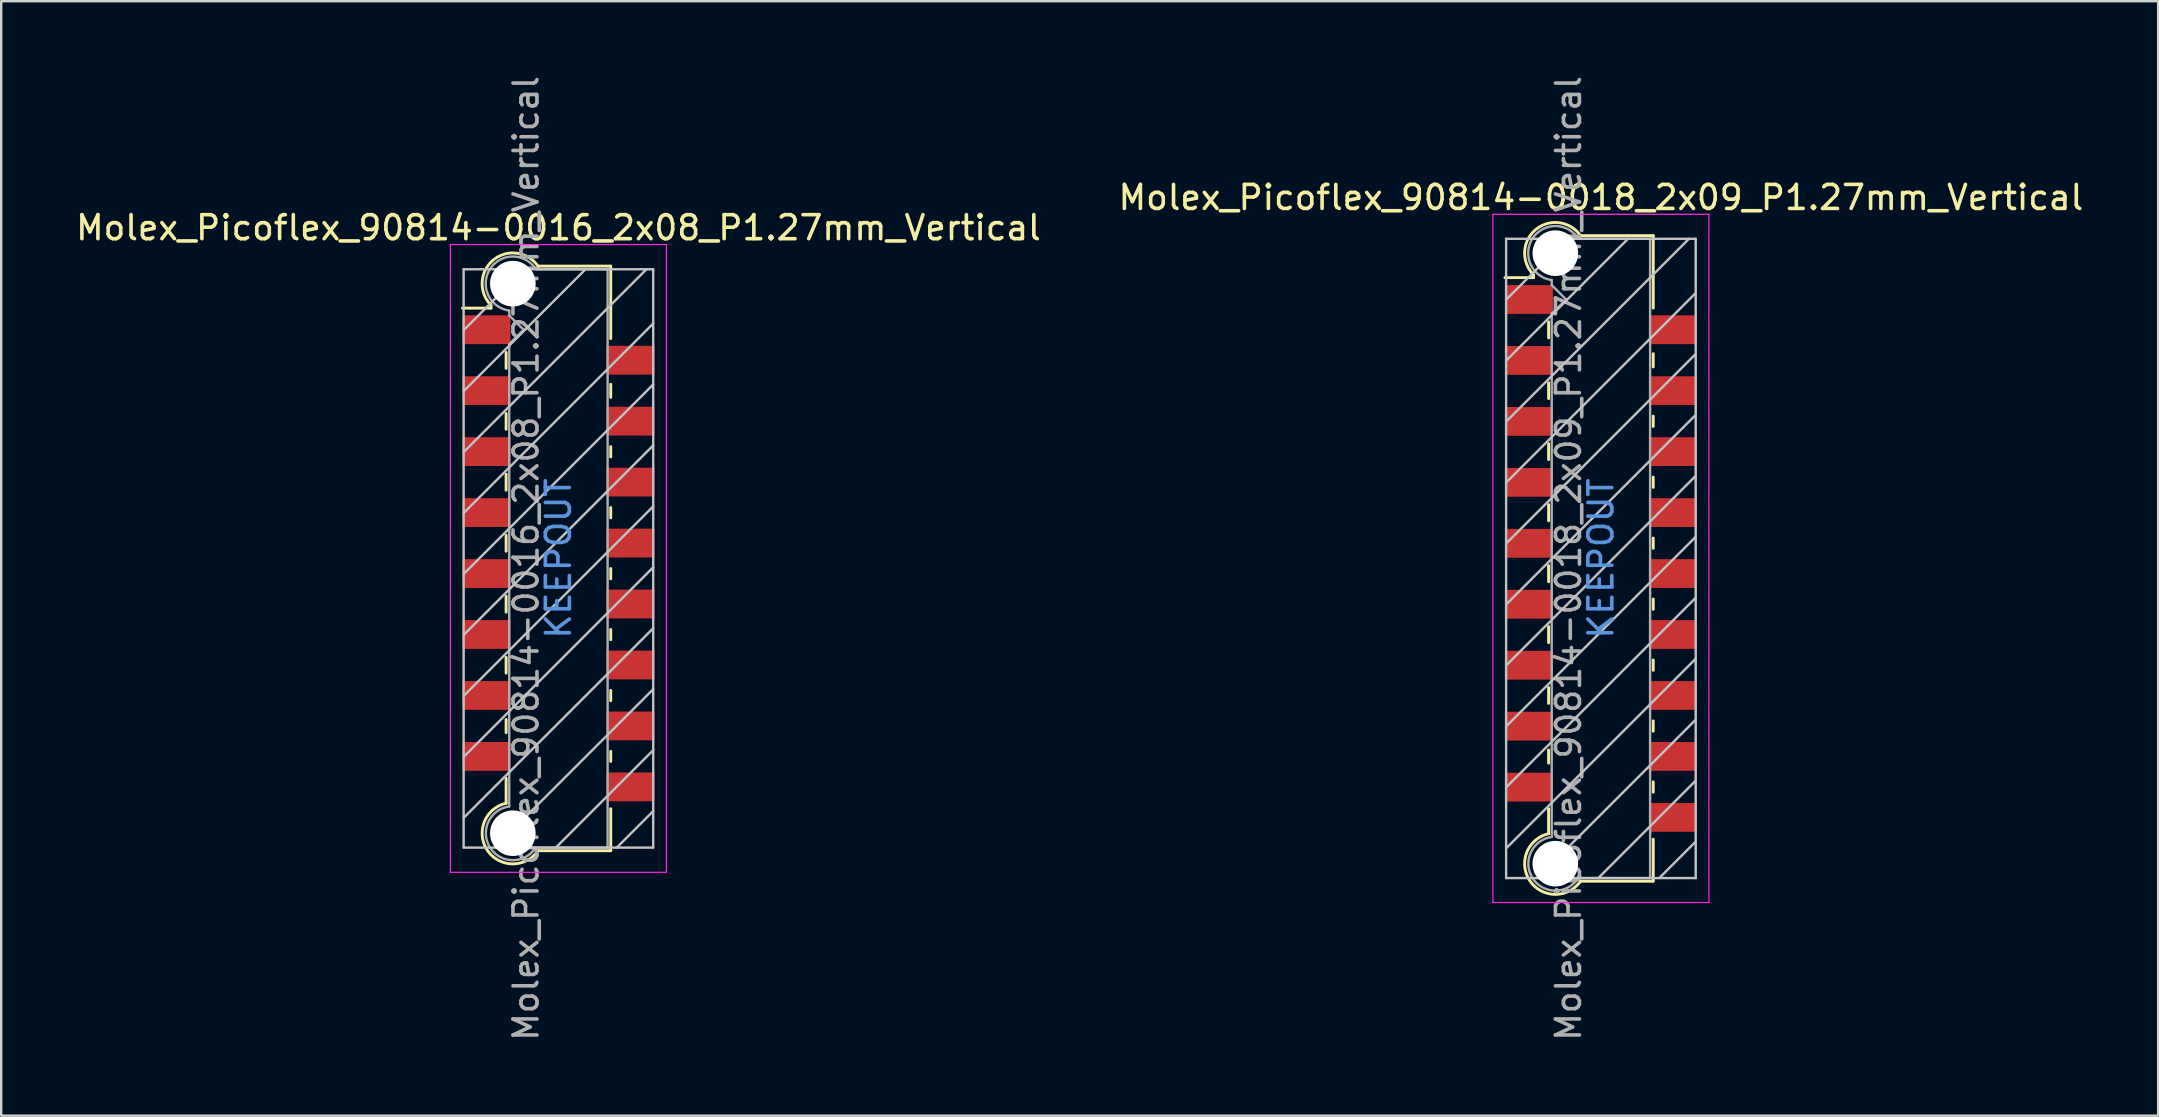
<source format=kicad_pcb>
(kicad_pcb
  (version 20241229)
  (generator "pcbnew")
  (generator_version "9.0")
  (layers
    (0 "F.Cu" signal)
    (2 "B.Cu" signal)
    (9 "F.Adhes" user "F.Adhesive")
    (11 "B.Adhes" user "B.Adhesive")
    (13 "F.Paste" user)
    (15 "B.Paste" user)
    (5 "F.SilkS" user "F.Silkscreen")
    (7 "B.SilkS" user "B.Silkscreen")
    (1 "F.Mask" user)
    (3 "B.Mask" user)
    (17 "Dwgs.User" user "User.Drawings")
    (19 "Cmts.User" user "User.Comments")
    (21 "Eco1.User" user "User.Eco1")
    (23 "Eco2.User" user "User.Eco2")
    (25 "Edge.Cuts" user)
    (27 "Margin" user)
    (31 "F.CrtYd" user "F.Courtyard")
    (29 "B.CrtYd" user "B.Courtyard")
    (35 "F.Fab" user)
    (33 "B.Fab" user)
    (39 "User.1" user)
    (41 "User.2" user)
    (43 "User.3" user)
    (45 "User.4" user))
  (footprint "Molex_Picoflex_90814-0016_2x08_P1.27mm_Vertical"
    (layer "F.Cu")
    (at 20.22 20.22)
    (property "Reference" "Molex_Picoflex_90814-0016_2x08_P1.27mm_Vertical" (at 0 -13.78 0) (layer "F.SilkS") (effects (font (size 1 1) (thickness 0.15))))
    (attr smd)
    (fp_line (start -2.81 -10.55) (end -2.81 -10.43) (stroke (width 0.12) (type solid)) (layer "F.SilkS"))
    (fp_line (start -2.81 -10.43) (end -4 -10.43) (stroke (width 0.12) (type solid)) (layer "F.SilkS"))
    (fp_line (start -2.18 -7.92) (end -2.18 -8.59) (stroke (width 0.12) (type solid)) (layer "F.SilkS"))
    (fp_line (start -2.18 -5.38) (end -2.18 -6.04) (stroke (width 0.12) (type solid)) (layer "F.SilkS"))
    (fp_line (start -2.18 -2.84) (end -2.18 -3.51) (stroke (width 0.12) (type solid)) (layer "F.SilkS"))
    (fp_line (start -2.18 -0.3) (end -2.18 -0.97) (stroke (width 0.12) (type solid)) (layer "F.SilkS"))
    (fp_line (start -2.18 2.24) (end -2.18 1.57) (stroke (width 0.12) (type solid)) (layer "F.SilkS"))
    (fp_line (start -2.18 4.78) (end -2.18 4.12) (stroke (width 0.12) (type solid)) (layer "F.SilkS"))
    (fp_line (start -2.18 7.26) (end -2.18 6.71) (stroke (width 0.12) (type solid)) (layer "F.SilkS"))
    (fp_line (start -2.18 10.2) (end -2.18 9.16) (stroke (width 0.12) (type solid)) (layer "F.SilkS"))
    (fp_line (start 2.18 -12.18) (end -0.82 -12.18) (stroke (width 0.12) (type solid)) (layer "F.SilkS"))
    (fp_line (start 2.18 -12.18) (end 2.18 -9.16) (stroke (width 0.12) (type solid)) (layer "F.SilkS"))
    (fp_line (start 2.18 -7.26) (end 2.18 -6.71) (stroke (width 0.12) (type solid)) (layer "F.SilkS"))
    (fp_line (start 2.18 -4.66) (end 2.18 -4.23) (stroke (width 0.12) (type solid)) (layer "F.SilkS"))
    (fp_line (start 2.18 -2.12) (end 2.18 -1.69) (stroke (width 0.12) (type solid)) (layer "F.SilkS"))
    (fp_line (start 2.18 0.42) (end 2.18 0.85) (stroke (width 0.12) (type solid)) (layer "F.SilkS"))
    (fp_line (start 2.18 2.96) (end 2.18 3.39) (stroke (width 0.12) (type solid)) (layer "F.SilkS"))
    (fp_line (start 2.18 5.5) (end 2.18 5.93) (stroke (width 0.12) (type solid)) (layer "F.SilkS"))
    (fp_line (start 2.18 8.04) (end 2.18 8.46) (stroke (width 0.12) (type solid)) (layer "F.SilkS"))
    (fp_line (start 2.18 10.43) (end 2.18 12.18) (stroke (width 0.12) (type solid)) (layer "F.SilkS"))
    (fp_line (start 2.18 12.18) (end -0.85 12.18) (stroke (width 0.12) (type solid)) (layer "F.SilkS"))
    (fp_arc (start -2.81 -10.55) (mid -2.708637 -12.442072) (end -0.834991 -12.159828) (stroke (width 0.12) (type solid)) (layer "F.SilkS"))
    (fp_arc (start -0.85 12.18) (mid -2.962791 12.161248) (end -2.174424 10.200964) (stroke (width 0.12) (type solid)) (layer "F.SilkS"))
    (fp_line (start -3.95 -12.05) (end -3.95 12.05) (stroke (width 0.1) (type solid)) (layer "Dwgs.User"))
    (fp_line (start -3.95 -9.51) (end -1.41 -12.05) (stroke (width 0.1) (type solid)) (layer "Dwgs.User"))
    (fp_line (start -3.95 -6.97) (end 1.13 -12.05) (stroke (width 0.1) (type solid)) (layer "Dwgs.User"))
    (fp_line (start -3.95 -4.43) (end 3.67 -12.05) (stroke (width 0.1) (type solid)) (layer "Dwgs.User"))
    (fp_line (start -3.95 -1.89) (end 3.95 -9.79) (stroke (width 0.1) (type solid)) (layer "Dwgs.User"))
    (fp_line (start -3.95 0.65) (end 3.95 -7.25) (stroke (width 0.1) (type solid)) (layer "Dwgs.User"))
    (fp_line (start -3.95 3.19) (end 3.95 -4.71) (stroke (width 0.1) (type solid)) (layer "Dwgs.User"))
    (fp_line (start -3.95 5.73) (end 3.95 -2.17) (stroke (width 0.1) (type solid)) (layer "Dwgs.User"))
    (fp_line (start -3.95 8.27) (end 3.95 0.37) (stroke (width 0.1) (type solid)) (layer "Dwgs.User"))
    (fp_line (start -3.95 10.81) (end 3.95 2.91) (stroke (width 0.1) (type solid)) (layer "Dwgs.User"))
    (fp_line (start -3.95 12.05) (end 3.95 12.05) (stroke (width 0.1) (type solid)) (layer "Dwgs.User"))
    (fp_line (start -2.65 12.05) (end 3.95 5.45) (stroke (width 0.1) (type solid)) (layer "Dwgs.User"))
    (fp_line (start -0.11 12.05) (end 3.95 7.99) (stroke (width 0.1) (type solid)) (layer "Dwgs.User"))
    (fp_line (start 2.43 12.05) (end 3.95 10.53) (stroke (width 0.1) (type solid)) (layer "Dwgs.User"))
    (fp_line (start 3.95 -12.05) (end -3.95 -12.05) (stroke (width 0.1) (type solid)) (layer "Dwgs.User"))
    (fp_line (start 3.95 12.05) (end 3.95 -12.05) (stroke (width 0.1) (type solid)) (layer "Dwgs.User"))
    (fp_line (start -4.5 -13.08) (end -4.5 13.08) (stroke (width 0.05) (type solid)) (layer "F.CrtYd"))
    (fp_line (start -4.5 13.08) (end 4.5 13.08) (stroke (width 0.05) (type solid)) (layer "F.CrtYd"))
    (fp_line (start 4.5 -13.08) (end -4.5 -13.08) (stroke (width 0.05) (type solid)) (layer "F.CrtYd"))
    (fp_line (start 4.5 13.08) (end 4.5 -13.08) (stroke (width 0.05) (type solid)) (layer "F.CrtYd"))
    (fp_line (start -2.05 -10.12) (end -2.05 -10.33) (stroke (width 0.1) (type solid)) (layer "F.Fab"))
    (fp_line (start -2.05 -8.93) (end -1.45 -9.53) (stroke (width 0.1) (type solid)) (layer "F.Fab"))
    (fp_line (start -2.05 10.33) (end -2.05 -8.93) (stroke (width 0.1) (type solid)) (layer "F.Fab"))
    (fp_line (start -1.45 -9.53) (end -2.05 -10.12) (stroke (width 0.1) (type solid)) (layer "F.Fab"))
    (fp_line (start 2.05 -12.05) (end -0.93 -12.05) (stroke (width 0.1) (type solid)) (layer "F.Fab"))
    (fp_line (start 2.05 -12.05) (end 2.05 12.05) (stroke (width 0.1) (type solid)) (layer "F.Fab"))
    (fp_line (start 2.05 12.05) (end -0.95 12.05) (stroke (width 0.1) (type solid)) (layer "F.Fab"))
    (fp_arc (start -2.05 -10.33) (mid -2.851672 -12.059279) (end -0.945612 -12.055015) (stroke (width 0.1) (type solid)) (layer "F.Fab"))
    (fp_arc (start -0.95 12.05) (mid -2.845272 12.057422) (end -2.051022 10.336585) (stroke (width 0.1) (type solid)) (layer "F.Fab"))
    (fp_text user "KEEPOUT" (at 0 0 90) (layer "Cmts.User") (effects (font (size 1 1) (thickness 0.15))))
    (fp_text user "${REFERENCE}" (at -1.35 0 90) (layer "F.Fab") (effects (font (size 1 1) (thickness 0.15))))
    (pad "" np_thru_hole circle (at -1.9 -11.45) (size 1.9 1.9) (drill 1.9) (layers "*.Cu" "*.Mask"))
    (pad "" np_thru_hole circle (at -1.9 11.45) (size 1.9 1.9) (drill 1.9) (layers "*.Cu" "*.Mask"))
    (pad "1" smd rect (at -3 -9.53) (size 2 1.2) (layers "F.Cu" "F.Mask" "F.Paste"))
    (pad "2" smd rect (at 3 -8.26) (size 2 1.2) (layers "F.Cu" "F.Mask" "F.Paste"))
    (pad "3" smd rect (at -3 -6.99) (size 2 1.2) (layers "F.Cu" "F.Mask" "F.Paste"))
    (pad "4" smd rect (at 3 -5.72) (size 2 1.2) (layers "F.Cu" "F.Mask" "F.Paste"))
    (pad "5" smd rect (at -3 -4.45) (size 2 1.2) (layers "F.Cu" "F.Mask" "F.Paste"))
    (pad "6" smd rect (at 3 -3.18) (size 2 1.2) (layers "F.Cu" "F.Mask" "F.Paste"))
    (pad "7" smd rect (at -3 -1.91) (size 2 1.2) (layers "F.Cu" "F.Mask" "F.Paste"))
    (pad "8" smd rect (at 3 -0.64) (size 2 1.2) (layers "F.Cu" "F.Mask" "F.Paste"))
    (pad "9" smd rect (at -3 0.63) (size 2 1.2) (layers "F.Cu" "F.Mask" "F.Paste"))
    (pad "10" smd rect (at 3 1.9) (size 2 1.2) (layers "F.Cu" "F.Mask" "F.Paste"))
    (pad "11" smd rect (at -3 3.17) (size 2 1.2) (layers "F.Cu" "F.Mask" "F.Paste"))
    (pad "12" smd rect (at 3 4.44) (size 2 1.2) (layers "F.Cu" "F.Mask" "F.Paste"))
    (pad "13" smd rect (at -3 5.71) (size 2 1.2) (layers "F.Cu" "F.Mask" "F.Paste"))
    (pad "14" smd rect (at 3 6.98) (size 2 1.2) (layers "F.Cu" "F.Mask" "F.Paste"))
    (pad "15" smd rect (at -3 8.25) (size 2 1.2) (layers "F.Cu" "F.Mask" "F.Paste"))
    (pad "16" smd rect (at 3 9.52) (size 2 1.2) (layers "F.Cu" "F.Mask" "F.Paste")))
  (footprint "Molex_Picoflex_90814-0018_2x09_P1.27mm_Vertical"
    (layer "F.Cu")
    (at 63.661 20.22)
    (property "Reference" "Molex_Picoflex_90814-0018_2x09_P1.27mm_Vertical" (at 0 -15.04 0) (layer "F.SilkS") (effects (font (size 1 1) (thickness 0.15))))
    (attr smd)
    (fp_line (start -2.81 -11.82) (end -2.81 -11.7) (stroke (width 0.12) (type solid)) (layer "F.SilkS"))
    (fp_line (start -2.81 -11.7) (end -4 -11.7) (stroke (width 0.12) (type solid)) (layer "F.SilkS"))
    (fp_line (start -2.18 -9.19) (end -2.18 -9.86) (stroke (width 0.12) (type solid)) (layer "F.SilkS"))
    (fp_line (start -2.18 -6.66) (end -2.18 -7.32) (stroke (width 0.12) (type solid)) (layer "F.SilkS"))
    (fp_line (start -2.18 -4.12) (end -2.18 -4.78) (stroke (width 0.12) (type solid)) (layer "F.SilkS"))
    (fp_line (start -2.18 -1.57) (end -2.18 -2.24) (stroke (width 0.12) (type solid)) (layer "F.SilkS"))
    (fp_line (start -2.18 0.97) (end -2.18 0.3) (stroke (width 0.12) (type solid)) (layer "F.SilkS"))
    (fp_line (start -2.18 3.51) (end -2.18 2.84) (stroke (width 0.12) (type solid)) (layer "F.SilkS"))
    (fp_line (start -2.18 6.04) (end -2.18 5.38) (stroke (width 0.12) (type solid)) (layer "F.SilkS"))
    (fp_line (start -2.18 8.53) (end -2.18 7.98) (stroke (width 0.12) (type solid)) (layer "F.SilkS"))
    (fp_line (start -2.18 11.47) (end -2.18 10.43) (stroke (width 0.12) (type solid)) (layer "F.SilkS"))
    (fp_line (start 2.18 -13.45) (end -0.82 -13.45) (stroke (width 0.12) (type solid)) (layer "F.SilkS"))
    (fp_line (start 2.18 -13.45) (end 2.18 -10.43) (stroke (width 0.12) (type solid)) (layer "F.SilkS"))
    (fp_line (start 2.18 -8.53) (end 2.18 -7.98) (stroke (width 0.12) (type solid)) (layer "F.SilkS"))
    (fp_line (start 2.18 -5.93) (end 2.18 -5.5) (stroke (width 0.12) (type solid)) (layer "F.SilkS"))
    (fp_line (start 2.18 -3.39) (end 2.18 -2.96) (stroke (width 0.12) (type solid)) (layer "F.SilkS"))
    (fp_line (start 2.18 -0.85) (end 2.18 -0.42) (stroke (width 0.12) (type solid)) (layer "F.SilkS"))
    (fp_line (start 2.18 1.69) (end 2.18 2.12) (stroke (width 0.12) (type solid)) (layer "F.SilkS"))
    (fp_line (start 2.18 4.23) (end 2.18 4.66) (stroke (width 0.12) (type solid)) (layer "F.SilkS"))
    (fp_line (start 2.18 6.77) (end 2.18 7.2) (stroke (width 0.12) (type solid)) (layer "F.SilkS"))
    (fp_line (start 2.18 9.31) (end 2.18 9.74) (stroke (width 0.12) (type solid)) (layer "F.SilkS"))
    (fp_line (start 2.18 11.7) (end 2.18 13.45) (stroke (width 0.12) (type solid)) (layer "F.SilkS"))
    (fp_line (start 2.18 13.45) (end -0.85 13.45) (stroke (width 0.12) (type solid)) (layer "F.SilkS"))
    (fp_arc (start -2.81 -11.82) (mid -2.708637 -13.712072) (end -0.834991 -13.429828) (stroke (width 0.12) (type solid)) (layer "F.SilkS"))
    (fp_arc (start -0.85 13.45) (mid -2.962791 13.431248) (end -2.174424 11.470964) (stroke (width 0.12) (type solid)) (layer "F.SilkS"))
    (fp_line (start -3.95 -13.32) (end -3.95 13.32) (stroke (width 0.1) (type solid)) (layer "Dwgs.User"))
    (fp_line (start -3.95 -10.78) (end -1.41 -13.32) (stroke (width 0.1) (type solid)) (layer "Dwgs.User"))
    (fp_line (start -3.95 -8.24) (end 1.13 -13.32) (stroke (width 0.1) (type solid)) (layer "Dwgs.User"))
    (fp_line (start -3.95 -5.7) (end 3.67 -13.32) (stroke (width 0.1) (type solid)) (layer "Dwgs.User"))
    (fp_line (start -3.95 -3.16) (end 3.95 -11.06) (stroke (width 0.1) (type solid)) (layer "Dwgs.User"))
    (fp_line (start -3.95 -0.62) (end 3.95 -8.52) (stroke (width 0.1) (type solid)) (layer "Dwgs.User"))
    (fp_line (start -3.95 1.92) (end 3.95 -5.98) (stroke (width 0.1) (type solid)) (layer "Dwgs.User"))
    (fp_line (start -3.95 4.46) (end 3.95 -3.44) (stroke (width 0.1) (type solid)) (layer "Dwgs.User"))
    (fp_line (start -3.95 7) (end 3.95 -0.9) (stroke (width 0.1) (type solid)) (layer "Dwgs.User"))
    (fp_line (start -3.95 9.54) (end 3.95 1.64) (stroke (width 0.1) (type solid)) (layer "Dwgs.User"))
    (fp_line (start -3.95 12.08) (end 3.95 4.18) (stroke (width 0.1) (type solid)) (layer "Dwgs.User"))
    (fp_line (start -3.95 13.32) (end 3.95 13.32) (stroke (width 0.1) (type solid)) (layer "Dwgs.User"))
    (fp_line (start -2.65 13.32) (end 3.95 6.72) (stroke (width 0.1) (type solid)) (layer "Dwgs.User"))
    (fp_line (start -0.11 13.32) (end 3.95 9.26) (stroke (width 0.1) (type solid)) (layer "Dwgs.User"))
    (fp_line (start 2.43 13.32) (end 3.95 11.8) (stroke (width 0.1) (type solid)) (layer "Dwgs.User"))
    (fp_line (start 3.95 -13.32) (end -3.95 -13.32) (stroke (width 0.1) (type solid)) (layer "Dwgs.User"))
    (fp_line (start 3.95 13.32) (end 3.95 -13.32) (stroke (width 0.1) (type solid)) (layer "Dwgs.User"))
    (fp_line (start -4.5 -14.34) (end -4.5 14.34) (stroke (width 0.05) (type solid)) (layer "F.CrtYd"))
    (fp_line (start -4.5 14.34) (end 4.5 14.34) (stroke (width 0.05) (type solid)) (layer "F.CrtYd"))
    (fp_line (start 4.5 -14.34) (end -4.5 -14.34) (stroke (width 0.05) (type solid)) (layer "F.CrtYd"))
    (fp_line (start 4.5 14.34) (end 4.5 -14.34) (stroke (width 0.05) (type solid)) (layer "F.CrtYd"))
    (fp_line (start -2.05 -11.39) (end -2.05 -11.6) (stroke (width 0.1) (type solid)) (layer "F.Fab"))
    (fp_line (start -2.05 -10.2) (end -1.45 -10.79) (stroke (width 0.1) (type solid)) (layer "F.Fab"))
    (fp_line (start -2.05 11.6) (end -2.05 -10.2) (stroke (width 0.1) (type solid)) (layer "F.Fab"))
    (fp_line (start -1.45 -10.79) (end -2.05 -11.39) (stroke (width 0.1) (type solid)) (layer "F.Fab"))
    (fp_line (start 2.05 -13.32) (end -0.93 -13.32) (stroke (width 0.1) (type solid)) (layer "F.Fab"))
    (fp_line (start 2.05 -13.32) (end 2.05 13.32) (stroke (width 0.1) (type solid)) (layer "F.Fab"))
    (fp_line (start 2.05 13.32) (end -0.95 13.32) (stroke (width 0.1) (type solid)) (layer "F.Fab"))
    (fp_arc (start -2.05 -11.6) (mid -2.851672 -13.329279) (end -0.945612 -13.325015) (stroke (width 0.1) (type solid)) (layer "F.Fab"))
    (fp_arc (start -0.95 13.32) (mid -2.845272 13.327422) (end -2.051022 11.606585) (stroke (width 0.1) (type solid)) (layer "F.Fab"))
    (fp_text user "KEEPOUT" (at 0 0 90) (layer "Cmts.User") (effects (font (size 1 1) (thickness 0.15))))
    (fp_text user "${REFERENCE}" (at -1.35 0 90) (layer "F.Fab") (effects (font (size 1 1) (thickness 0.15))))
    (pad "" np_thru_hole circle (at -1.9 -12.72) (size 1.9 1.9) (drill 1.9) (layers "*.Cu" "*.Mask"))
    (pad "" np_thru_hole circle (at -1.9 12.72) (size 1.9 1.9) (drill 1.9) (layers "*.Cu" "*.Mask"))
    (pad "1" smd rect (at -3 -10.79) (size 2 1.2) (layers "F.Cu" "F.Mask" "F.Paste"))
    (pad "2" smd rect (at 3 -9.53) (size 2 1.2) (layers "F.Cu" "F.Mask" "F.Paste"))
    (pad "3" smd rect (at -3 -8.25) (size 2 1.2) (layers "F.Cu" "F.Mask" "F.Paste"))
    (pad "4" smd rect (at 3 -6.99) (size 2 1.2) (layers "F.Cu" "F.Mask" "F.Paste"))
    (pad "5" smd rect (at -3 -5.71) (size 2 1.2) (layers "F.Cu" "F.Mask" "F.Paste"))
    (pad "6" smd rect (at 3 -4.45) (size 2 1.2) (layers "F.Cu" "F.Mask" "F.Paste"))
    (pad "7" smd rect (at -3 -3.17) (size 2 1.2) (layers "F.Cu" "F.Mask" "F.Paste"))
    (pad "8" smd rect (at 3 -1.91) (size 2 1.2) (layers "F.Cu" "F.Mask" "F.Paste"))
    (pad "9" smd rect (at -3 -0.63) (size 2 1.2) (layers "F.Cu" "F.Mask" "F.Paste"))
    (pad "10" smd rect (at 3 0.63) (size 2 1.2) (layers "F.Cu" "F.Mask" "F.Paste"))
    (pad "11" smd rect (at -3 1.91) (size 2 1.2) (layers "F.Cu" "F.Mask" "F.Paste"))
    (pad "12" smd rect (at 3 3.17) (size 2 1.2) (layers "F.Cu" "F.Mask" "F.Paste"))
    (pad "13" smd rect (at -3 4.45) (size 2 1.2) (layers "F.Cu" "F.Mask" "F.Paste"))
    (pad "14" smd rect (at 3 5.71) (size 2 1.2) (layers "F.Cu" "F.Mask" "F.Paste"))
    (pad "15" smd rect (at -3 6.99) (size 2 1.2) (layers "F.Cu" "F.Mask" "F.Paste"))
    (pad "16" smd rect (at 3 8.25) (size 2 1.2) (layers "F.Cu" "F.Mask" "F.Paste"))
    (pad "17" smd rect (at -3 9.53) (size 2 1.2) (layers "F.Cu" "F.Mask" "F.Paste"))
    (pad "18" smd rect (at 3 10.79) (size 2 1.2) (layers "F.Cu" "F.Mask" "F.Paste")))
  (gr_rect
    (start -3 -3)
    (end 86.881 43.44)
    (stroke (width 0.1) (type default))
    (fill no)
    (layer "Edge.Cuts")))
</source>
